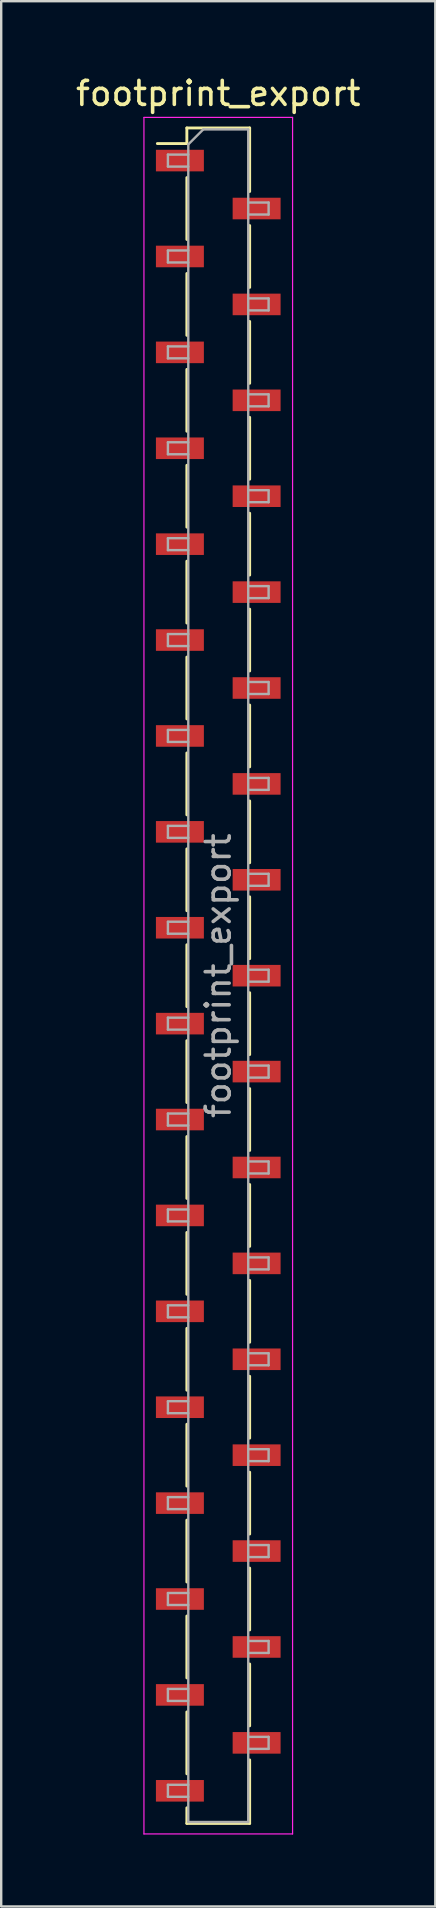
<source format=kicad_pcb>
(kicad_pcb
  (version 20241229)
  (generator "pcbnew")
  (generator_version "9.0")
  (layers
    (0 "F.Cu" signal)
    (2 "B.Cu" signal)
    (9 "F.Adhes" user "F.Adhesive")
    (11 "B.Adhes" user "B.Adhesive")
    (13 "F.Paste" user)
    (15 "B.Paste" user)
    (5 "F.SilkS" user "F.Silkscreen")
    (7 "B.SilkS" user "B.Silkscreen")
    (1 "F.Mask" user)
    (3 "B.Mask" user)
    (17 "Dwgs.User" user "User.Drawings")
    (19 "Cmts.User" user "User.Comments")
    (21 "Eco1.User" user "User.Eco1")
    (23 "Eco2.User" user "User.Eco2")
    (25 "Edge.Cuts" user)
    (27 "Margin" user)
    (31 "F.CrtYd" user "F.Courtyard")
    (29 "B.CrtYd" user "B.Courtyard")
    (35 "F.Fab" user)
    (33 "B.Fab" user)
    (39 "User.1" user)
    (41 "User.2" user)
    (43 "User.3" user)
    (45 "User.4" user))
  (footprint "footprint_export"
    (layer "F.Cu")
    (at 6.054 37.648)
    (property "Reference" "footprint_export" (at 0 -36.8 0) (layer "F.SilkS") (effects (font (size 1 1) (thickness 0.15))))
    (attr smd)
    (fp_line (start -2.54 -34.71) (end -1.31 -34.71) (stroke (width 0.12) (type solid)) (layer "F.SilkS"))
    (fp_line (start -1.31 -35.36) (end -1.31 -34.71) (stroke (width 0.12) (type solid)) (layer "F.SilkS"))
    (fp_line (start -1.31 -35.36) (end 1.31 -35.36) (stroke (width 0.12) (type solid)) (layer "F.SilkS"))
    (fp_line (start -1.31 -33.29) (end -1.31 -30.71) (stroke (width 0.12) (type solid)) (layer "F.SilkS"))
    (fp_line (start -1.31 -29.29) (end -1.31 -26.71) (stroke (width 0.12) (type solid)) (layer "F.SilkS"))
    (fp_line (start -1.31 -25.29) (end -1.31 -22.71) (stroke (width 0.12) (type solid)) (layer "F.SilkS"))
    (fp_line (start -1.31 -21.29) (end -1.31 -18.71) (stroke (width 0.12) (type solid)) (layer "F.SilkS"))
    (fp_line (start -1.31 -17.29) (end -1.31 -14.71) (stroke (width 0.12) (type solid)) (layer "F.SilkS"))
    (fp_line (start -1.31 -13.29) (end -1.31 -10.71) (stroke (width 0.12) (type solid)) (layer "F.SilkS"))
    (fp_line (start -1.31 -9.29) (end -1.31 -6.71) (stroke (width 0.12) (type solid)) (layer "F.SilkS"))
    (fp_line (start -1.31 -5.29) (end -1.31 -2.71) (stroke (width 0.12) (type solid)) (layer "F.SilkS"))
    (fp_line (start -1.31 -1.29) (end -1.31 1.29) (stroke (width 0.12) (type solid)) (layer "F.SilkS"))
    (fp_line (start -1.31 2.71) (end -1.31 5.29) (stroke (width 0.12) (type solid)) (layer "F.SilkS"))
    (fp_line (start -1.31 6.71) (end -1.31 9.29) (stroke (width 0.12) (type solid)) (layer "F.SilkS"))
    (fp_line (start -1.31 10.71) (end -1.31 13.29) (stroke (width 0.12) (type solid)) (layer "F.SilkS"))
    (fp_line (start -1.31 14.71) (end -1.31 17.29) (stroke (width 0.12) (type solid)) (layer "F.SilkS"))
    (fp_line (start -1.31 18.71) (end -1.31 21.29) (stroke (width 0.12) (type solid)) (layer "F.SilkS"))
    (fp_line (start -1.31 22.71) (end -1.31 25.29) (stroke (width 0.12) (type solid)) (layer "F.SilkS"))
    (fp_line (start -1.31 26.71) (end -1.31 29.29) (stroke (width 0.12) (type solid)) (layer "F.SilkS"))
    (fp_line (start -1.31 30.71) (end -1.31 33.29) (stroke (width 0.12) (type solid)) (layer "F.SilkS"))
    (fp_line (start -1.31 34.71) (end -1.31 35.36) (stroke (width 0.12) (type solid)) (layer "F.SilkS"))
    (fp_line (start -1.31 35.36) (end 1.31 35.36) (stroke (width 0.12) (type solid)) (layer "F.SilkS"))
    (fp_line (start 1.31 -35.36) (end 1.31 -32.71) (stroke (width 0.12) (type solid)) (layer "F.SilkS"))
    (fp_line (start 1.31 -31.29) (end 1.31 -28.71) (stroke (width 0.12) (type solid)) (layer "F.SilkS"))
    (fp_line (start 1.31 -27.29) (end 1.31 -24.71) (stroke (width 0.12) (type solid)) (layer "F.SilkS"))
    (fp_line (start 1.31 -23.29) (end 1.31 -20.71) (stroke (width 0.12) (type solid)) (layer "F.SilkS"))
    (fp_line (start 1.31 -19.29) (end 1.31 -16.71) (stroke (width 0.12) (type solid)) (layer "F.SilkS"))
    (fp_line (start 1.31 -15.29) (end 1.31 -12.71) (stroke (width 0.12) (type solid)) (layer "F.SilkS"))
    (fp_line (start 1.31 -11.29) (end 1.31 -8.71) (stroke (width 0.12) (type solid)) (layer "F.SilkS"))
    (fp_line (start 1.31 -7.29) (end 1.31 -4.71) (stroke (width 0.12) (type solid)) (layer "F.SilkS"))
    (fp_line (start 1.31 -3.29) (end 1.31 -0.71) (stroke (width 0.12) (type solid)) (layer "F.SilkS"))
    (fp_line (start 1.31 0.71) (end 1.31 3.29) (stroke (width 0.12) (type solid)) (layer "F.SilkS"))
    (fp_line (start 1.31 4.71) (end 1.31 7.29) (stroke (width 0.12) (type solid)) (layer "F.SilkS"))
    (fp_line (start 1.31 8.71) (end 1.31 11.29) (stroke (width 0.12) (type solid)) (layer "F.SilkS"))
    (fp_line (start 1.31 12.71) (end 1.31 15.29) (stroke (width 0.12) (type solid)) (layer "F.SilkS"))
    (fp_line (start 1.31 16.71) (end 1.31 19.29) (stroke (width 0.12) (type solid)) (layer "F.SilkS"))
    (fp_line (start 1.31 20.71) (end 1.31 23.29) (stroke (width 0.12) (type solid)) (layer "F.SilkS"))
    (fp_line (start 1.31 24.71) (end 1.31 27.29) (stroke (width 0.12) (type solid)) (layer "F.SilkS"))
    (fp_line (start 1.31 28.71) (end 1.31 31.29) (stroke (width 0.12) (type solid)) (layer "F.SilkS"))
    (fp_line (start 1.31 32.71) (end 1.31 35.36) (stroke (width 0.12) (type solid)) (layer "F.SilkS"))
    (fp_line (start -3.1 -35.8) (end 3.1 -35.8) (stroke (width 0.05) (type solid)) (layer "F.CrtYd"))
    (fp_line (start -3.1 35.8) (end -3.1 -35.8) (stroke (width 0.05) (type solid)) (layer "F.CrtYd"))
    (fp_line (start 3.1 -35.8) (end 3.1 35.8) (stroke (width 0.05) (type solid)) (layer "F.CrtYd"))
    (fp_line (start 3.1 35.8) (end -3.1 35.8) (stroke (width 0.05) (type solid)) (layer "F.CrtYd"))
    (fp_line (start -2.1 -34.25) (end -1.25 -34.25) (stroke (width 0.1) (type solid)) (layer "F.Fab"))
    (fp_line (start -2.1 -33.75) (end -2.1 -34.25) (stroke (width 0.1) (type solid)) (layer "F.Fab"))
    (fp_line (start -2.1 -30.25) (end -1.25 -30.25) (stroke (width 0.1) (type solid)) (layer "F.Fab"))
    (fp_line (start -2.1 -29.75) (end -2.1 -30.25) (stroke (width 0.1) (type solid)) (layer "F.Fab"))
    (fp_line (start -2.1 -26.25) (end -1.25 -26.25) (stroke (width 0.1) (type solid)) (layer "F.Fab"))
    (fp_line (start -2.1 -25.75) (end -2.1 -26.25) (stroke (width 0.1) (type solid)) (layer "F.Fab"))
    (fp_line (start -2.1 -22.25) (end -1.25 -22.25) (stroke (width 0.1) (type solid)) (layer "F.Fab"))
    (fp_line (start -2.1 -21.75) (end -2.1 -22.25) (stroke (width 0.1) (type solid)) (layer "F.Fab"))
    (fp_line (start -2.1 -18.25) (end -1.25 -18.25) (stroke (width 0.1) (type solid)) (layer "F.Fab"))
    (fp_line (start -2.1 -17.75) (end -2.1 -18.25) (stroke (width 0.1) (type solid)) (layer "F.Fab"))
    (fp_line (start -2.1 -14.25) (end -1.25 -14.25) (stroke (width 0.1) (type solid)) (layer "F.Fab"))
    (fp_line (start -2.1 -13.75) (end -2.1 -14.25) (stroke (width 0.1) (type solid)) (layer "F.Fab"))
    (fp_line (start -2.1 -10.25) (end -1.25 -10.25) (stroke (width 0.1) (type solid)) (layer "F.Fab"))
    (fp_line (start -2.1 -9.75) (end -2.1 -10.25) (stroke (width 0.1) (type solid)) (layer "F.Fab"))
    (fp_line (start -2.1 -6.25) (end -1.25 -6.25) (stroke (width 0.1) (type solid)) (layer "F.Fab"))
    (fp_line (start -2.1 -5.75) (end -2.1 -6.25) (stroke (width 0.1) (type solid)) (layer "F.Fab"))
    (fp_line (start -2.1 -2.25) (end -1.25 -2.25) (stroke (width 0.1) (type solid)) (layer "F.Fab"))
    (fp_line (start -2.1 -1.75) (end -2.1 -2.25) (stroke (width 0.1) (type solid)) (layer "F.Fab"))
    (fp_line (start -2.1 1.75) (end -1.25 1.75) (stroke (width 0.1) (type solid)) (layer "F.Fab"))
    (fp_line (start -2.1 2.25) (end -2.1 1.75) (stroke (width 0.1) (type solid)) (layer "F.Fab"))
    (fp_line (start -2.1 5.75) (end -1.25 5.75) (stroke (width 0.1) (type solid)) (layer "F.Fab"))
    (fp_line (start -2.1 6.25) (end -2.1 5.75) (stroke (width 0.1) (type solid)) (layer "F.Fab"))
    (fp_line (start -2.1 9.75) (end -1.25 9.75) (stroke (width 0.1) (type solid)) (layer "F.Fab"))
    (fp_line (start -2.1 10.25) (end -2.1 9.75) (stroke (width 0.1) (type solid)) (layer "F.Fab"))
    (fp_line (start -2.1 13.75) (end -1.25 13.75) (stroke (width 0.1) (type solid)) (layer "F.Fab"))
    (fp_line (start -2.1 14.25) (end -2.1 13.75) (stroke (width 0.1) (type solid)) (layer "F.Fab"))
    (fp_line (start -2.1 17.75) (end -1.25 17.75) (stroke (width 0.1) (type solid)) (layer "F.Fab"))
    (fp_line (start -2.1 18.25) (end -2.1 17.75) (stroke (width 0.1) (type solid)) (layer "F.Fab"))
    (fp_line (start -2.1 21.75) (end -1.25 21.75) (stroke (width 0.1) (type solid)) (layer "F.Fab"))
    (fp_line (start -2.1 22.25) (end -2.1 21.75) (stroke (width 0.1) (type solid)) (layer "F.Fab"))
    (fp_line (start -2.1 25.75) (end -1.25 25.75) (stroke (width 0.1) (type solid)) (layer "F.Fab"))
    (fp_line (start -2.1 26.25) (end -2.1 25.75) (stroke (width 0.1) (type solid)) (layer "F.Fab"))
    (fp_line (start -2.1 29.75) (end -1.25 29.75) (stroke (width 0.1) (type solid)) (layer "F.Fab"))
    (fp_line (start -2.1 30.25) (end -2.1 29.75) (stroke (width 0.1) (type solid)) (layer "F.Fab"))
    (fp_line (start -2.1 33.75) (end -1.25 33.75) (stroke (width 0.1) (type solid)) (layer "F.Fab"))
    (fp_line (start -2.1 34.25) (end -2.1 33.75) (stroke (width 0.1) (type solid)) (layer "F.Fab"))
    (fp_line (start -1.25 -34.675) (end -0.625 -35.3) (stroke (width 0.1) (type solid)) (layer "F.Fab"))
    (fp_line (start -1.25 -33.75) (end -2.1 -33.75) (stroke (width 0.1) (type solid)) (layer "F.Fab"))
    (fp_line (start -1.25 -29.75) (end -2.1 -29.75) (stroke (width 0.1) (type solid)) (layer "F.Fab"))
    (fp_line (start -1.25 -25.75) (end -2.1 -25.75) (stroke (width 0.1) (type solid)) (layer "F.Fab"))
    (fp_line (start -1.25 -21.75) (end -2.1 -21.75) (stroke (width 0.1) (type solid)) (layer "F.Fab"))
    (fp_line (start -1.25 -17.75) (end -2.1 -17.75) (stroke (width 0.1) (type solid)) (layer "F.Fab"))
    (fp_line (start -1.25 -13.75) (end -2.1 -13.75) (stroke (width 0.1) (type solid)) (layer "F.Fab"))
    (fp_line (start -1.25 -9.75) (end -2.1 -9.75) (stroke (width 0.1) (type solid)) (layer "F.Fab"))
    (fp_line (start -1.25 -5.75) (end -2.1 -5.75) (stroke (width 0.1) (type solid)) (layer "F.Fab"))
    (fp_line (start -1.25 -1.75) (end -2.1 -1.75) (stroke (width 0.1) (type solid)) (layer "F.Fab"))
    (fp_line (start -1.25 2.25) (end -2.1 2.25) (stroke (width 0.1) (type solid)) (layer "F.Fab"))
    (fp_line (start -1.25 6.25) (end -2.1 6.25) (stroke (width 0.1) (type solid)) (layer "F.Fab"))
    (fp_line (start -1.25 10.25) (end -2.1 10.25) (stroke (width 0.1) (type solid)) (layer "F.Fab"))
    (fp_line (start -1.25 14.25) (end -2.1 14.25) (stroke (width 0.1) (type solid)) (layer "F.Fab"))
    (fp_line (start -1.25 18.25) (end -2.1 18.25) (stroke (width 0.1) (type solid)) (layer "F.Fab"))
    (fp_line (start -1.25 22.25) (end -2.1 22.25) (stroke (width 0.1) (type solid)) (layer "F.Fab"))
    (fp_line (start -1.25 26.25) (end -2.1 26.25) (stroke (width 0.1) (type solid)) (layer "F.Fab"))
    (fp_line (start -1.25 30.25) (end -2.1 30.25) (stroke (width 0.1) (type solid)) (layer "F.Fab"))
    (fp_line (start -1.25 34.25) (end -2.1 34.25) (stroke (width 0.1) (type solid)) (layer "F.Fab"))
    (fp_line (start -1.25 35.3) (end -1.25 -34.675) (stroke (width 0.1) (type solid)) (layer "F.Fab"))
    (fp_line (start -0.625 -35.3) (end 1.25 -35.3) (stroke (width 0.1) (type solid)) (layer "F.Fab"))
    (fp_line (start 1.25 -35.3) (end 1.25 35.3) (stroke (width 0.1) (type solid)) (layer "F.Fab"))
    (fp_line (start 1.25 -32.25) (end 2.1 -32.25) (stroke (width 0.1) (type solid)) (layer "F.Fab"))
    (fp_line (start 1.25 -28.25) (end 2.1 -28.25) (stroke (width 0.1) (type solid)) (layer "F.Fab"))
    (fp_line (start 1.25 -24.25) (end 2.1 -24.25) (stroke (width 0.1) (type solid)) (layer "F.Fab"))
    (fp_line (start 1.25 -20.25) (end 2.1 -20.25) (stroke (width 0.1) (type solid)) (layer "F.Fab"))
    (fp_line (start 1.25 -16.25) (end 2.1 -16.25) (stroke (width 0.1) (type solid)) (layer "F.Fab"))
    (fp_line (start 1.25 -12.25) (end 2.1 -12.25) (stroke (width 0.1) (type solid)) (layer "F.Fab"))
    (fp_line (start 1.25 -8.25) (end 2.1 -8.25) (stroke (width 0.1) (type solid)) (layer "F.Fab"))
    (fp_line (start 1.25 -4.25) (end 2.1 -4.25) (stroke (width 0.1) (type solid)) (layer "F.Fab"))
    (fp_line (start 1.25 -0.25) (end 2.1 -0.25) (stroke (width 0.1) (type solid)) (layer "F.Fab"))
    (fp_line (start 1.25 3.75) (end 2.1 3.75) (stroke (width 0.1) (type solid)) (layer "F.Fab"))
    (fp_line (start 1.25 7.75) (end 2.1 7.75) (stroke (width 0.1) (type solid)) (layer "F.Fab"))
    (fp_line (start 1.25 11.75) (end 2.1 11.75) (stroke (width 0.1) (type solid)) (layer "F.Fab"))
    (fp_line (start 1.25 15.75) (end 2.1 15.75) (stroke (width 0.1) (type solid)) (layer "F.Fab"))
    (fp_line (start 1.25 19.75) (end 2.1 19.75) (stroke (width 0.1) (type solid)) (layer "F.Fab"))
    (fp_line (start 1.25 23.75) (end 2.1 23.75) (stroke (width 0.1) (type solid)) (layer "F.Fab"))
    (fp_line (start 1.25 27.75) (end 2.1 27.75) (stroke (width 0.1) (type solid)) (layer "F.Fab"))
    (fp_line (start 1.25 31.75) (end 2.1 31.75) (stroke (width 0.1) (type solid)) (layer "F.Fab"))
    (fp_line (start 1.25 35.3) (end -1.25 35.3) (stroke (width 0.1) (type solid)) (layer "F.Fab"))
    (fp_line (start 2.1 -32.25) (end 2.1 -31.75) (stroke (width 0.1) (type solid)) (layer "F.Fab"))
    (fp_line (start 2.1 -31.75) (end 1.25 -31.75) (stroke (width 0.1) (type solid)) (layer "F.Fab"))
    (fp_line (start 2.1 -28.25) (end 2.1 -27.75) (stroke (width 0.1) (type solid)) (layer "F.Fab"))
    (fp_line (start 2.1 -27.75) (end 1.25 -27.75) (stroke (width 0.1) (type solid)) (layer "F.Fab"))
    (fp_line (start 2.1 -24.25) (end 2.1 -23.75) (stroke (width 0.1) (type solid)) (layer "F.Fab"))
    (fp_line (start 2.1 -23.75) (end 1.25 -23.75) (stroke (width 0.1) (type solid)) (layer "F.Fab"))
    (fp_line (start 2.1 -20.25) (end 2.1 -19.75) (stroke (width 0.1) (type solid)) (layer "F.Fab"))
    (fp_line (start 2.1 -19.75) (end 1.25 -19.75) (stroke (width 0.1) (type solid)) (layer "F.Fab"))
    (fp_line (start 2.1 -16.25) (end 2.1 -15.75) (stroke (width 0.1) (type solid)) (layer "F.Fab"))
    (fp_line (start 2.1 -15.75) (end 1.25 -15.75) (stroke (width 0.1) (type solid)) (layer "F.Fab"))
    (fp_line (start 2.1 -12.25) (end 2.1 -11.75) (stroke (width 0.1) (type solid)) (layer "F.Fab"))
    (fp_line (start 2.1 -11.75) (end 1.25 -11.75) (stroke (width 0.1) (type solid)) (layer "F.Fab"))
    (fp_line (start 2.1 -8.25) (end 2.1 -7.75) (stroke (width 0.1) (type solid)) (layer "F.Fab"))
    (fp_line (start 2.1 -7.75) (end 1.25 -7.75) (stroke (width 0.1) (type solid)) (layer "F.Fab"))
    (fp_line (start 2.1 -4.25) (end 2.1 -3.75) (stroke (width 0.1) (type solid)) (layer "F.Fab"))
    (fp_line (start 2.1 -3.75) (end 1.25 -3.75) (stroke (width 0.1) (type solid)) (layer "F.Fab"))
    (fp_line (start 2.1 -0.25) (end 2.1 0.25) (stroke (width 0.1) (type solid)) (layer "F.Fab"))
    (fp_line (start 2.1 0.25) (end 1.25 0.25) (stroke (width 0.1) (type solid)) (layer "F.Fab"))
    (fp_line (start 2.1 3.75) (end 2.1 4.25) (stroke (width 0.1) (type solid)) (layer "F.Fab"))
    (fp_line (start 2.1 4.25) (end 1.25 4.25) (stroke (width 0.1) (type solid)) (layer "F.Fab"))
    (fp_line (start 2.1 7.75) (end 2.1 8.25) (stroke (width 0.1) (type solid)) (layer "F.Fab"))
    (fp_line (start 2.1 8.25) (end 1.25 8.25) (stroke (width 0.1) (type solid)) (layer "F.Fab"))
    (fp_line (start 2.1 11.75) (end 2.1 12.25) (stroke (width 0.1) (type solid)) (layer "F.Fab"))
    (fp_line (start 2.1 12.25) (end 1.25 12.25) (stroke (width 0.1) (type solid)) (layer "F.Fab"))
    (fp_line (start 2.1 15.75) (end 2.1 16.25) (stroke (width 0.1) (type solid)) (layer "F.Fab"))
    (fp_line (start 2.1 16.25) (end 1.25 16.25) (stroke (width 0.1) (type solid)) (layer "F.Fab"))
    (fp_line (start 2.1 19.75) (end 2.1 20.25) (stroke (width 0.1) (type solid)) (layer "F.Fab"))
    (fp_line (start 2.1 20.25) (end 1.25 20.25) (stroke (width 0.1) (type solid)) (layer "F.Fab"))
    (fp_line (start 2.1 23.75) (end 2.1 24.25) (stroke (width 0.1) (type solid)) (layer "F.Fab"))
    (fp_line (start 2.1 24.25) (end 1.25 24.25) (stroke (width 0.1) (type solid)) (layer "F.Fab"))
    (fp_line (start 2.1 27.75) (end 2.1 28.25) (stroke (width 0.1) (type solid)) (layer "F.Fab"))
    (fp_line (start 2.1 28.25) (end 1.25 28.25) (stroke (width 0.1) (type solid)) (layer "F.Fab"))
    (fp_line (start 2.1 31.75) (end 2.1 32.25) (stroke (width 0.1) (type solid)) (layer "F.Fab"))
    (fp_line (start 2.1 32.25) (end 1.25 32.25) (stroke (width 0.1) (type solid)) (layer "F.Fab"))
    (fp_text user "${REFERENCE}" (at 0 0 90) (layer "F.Fab") (effects (font (size 1 1) (thickness 0.15))))
    (pad "1" smd rect (at -1.6 -34) (size 2 0.9) (layers "F.Cu" "F.Mask" "F.Paste"))
    (pad "2" smd rect (at 1.6 -32) (size 2 0.9) (layers "F.Cu" "F.Mask" "F.Paste"))
    (pad "3" smd rect (at -1.6 -30) (size 2 0.9) (layers "F.Cu" "F.Mask" "F.Paste"))
    (pad "4" smd rect (at 1.6 -28) (size 2 0.9) (layers "F.Cu" "F.Mask" "F.Paste"))
    (pad "5" smd rect (at -1.6 -26) (size 2 0.9) (layers "F.Cu" "F.Mask" "F.Paste"))
    (pad "6" smd rect (at 1.6 -24) (size 2 0.9) (layers "F.Cu" "F.Mask" "F.Paste"))
    (pad "7" smd rect (at -1.6 -22) (size 2 0.9) (layers "F.Cu" "F.Mask" "F.Paste"))
    (pad "8" smd rect (at 1.6 -20) (size 2 0.9) (layers "F.Cu" "F.Mask" "F.Paste"))
    (pad "9" smd rect (at -1.6 -18) (size 2 0.9) (layers "F.Cu" "F.Mask" "F.Paste"))
    (pad "10" smd rect (at 1.6 -16) (size 2 0.9) (layers "F.Cu" "F.Mask" "F.Paste"))
    (pad "11" smd rect (at -1.6 -14) (size 2 0.9) (layers "F.Cu" "F.Mask" "F.Paste"))
    (pad "12" smd rect (at 1.6 -12) (size 2 0.9) (layers "F.Cu" "F.Mask" "F.Paste"))
    (pad "13" smd rect (at -1.6 -10) (size 2 0.9) (layers "F.Cu" "F.Mask" "F.Paste"))
    (pad "14" smd rect (at 1.6 -8) (size 2 0.9) (layers "F.Cu" "F.Mask" "F.Paste"))
    (pad "15" smd rect (at -1.6 -6) (size 2 0.9) (layers "F.Cu" "F.Mask" "F.Paste"))
    (pad "16" smd rect (at 1.6 -4) (size 2 0.9) (layers "F.Cu" "F.Mask" "F.Paste"))
    (pad "17" smd rect (at -1.6 -2) (size 2 0.9) (layers "F.Cu" "F.Mask" "F.Paste"))
    (pad "18" smd rect (at 1.6 0) (size 2 0.9) (layers "F.Cu" "F.Mask" "F.Paste"))
    (pad "19" smd rect (at -1.6 2) (size 2 0.9) (layers "F.Cu" "F.Mask" "F.Paste"))
    (pad "20" smd rect (at 1.6 4) (size 2 0.9) (layers "F.Cu" "F.Mask" "F.Paste"))
    (pad "21" smd rect (at -1.6 6) (size 2 0.9) (layers "F.Cu" "F.Mask" "F.Paste"))
    (pad "22" smd rect (at 1.6 8) (size 2 0.9) (layers "F.Cu" "F.Mask" "F.Paste"))
    (pad "23" smd rect (at -1.6 10) (size 2 0.9) (layers "F.Cu" "F.Mask" "F.Paste"))
    (pad "24" smd rect (at 1.6 12) (size 2 0.9) (layers "F.Cu" "F.Mask" "F.Paste"))
    (pad "25" smd rect (at -1.6 14) (size 2 0.9) (layers "F.Cu" "F.Mask" "F.Paste"))
    (pad "26" smd rect (at 1.6 16) (size 2 0.9) (layers "F.Cu" "F.Mask" "F.Paste"))
    (pad "27" smd rect (at -1.6 18) (size 2 0.9) (layers "F.Cu" "F.Mask" "F.Paste"))
    (pad "28" smd rect (at 1.6 20) (size 2 0.9) (layers "F.Cu" "F.Mask" "F.Paste"))
    (pad "29" smd rect (at -1.6 22) (size 2 0.9) (layers "F.Cu" "F.Mask" "F.Paste"))
    (pad "30" smd rect (at 1.6 24) (size 2 0.9) (layers "F.Cu" "F.Mask" "F.Paste"))
    (pad "31" smd rect (at -1.6 26) (size 2 0.9) (layers "F.Cu" "F.Mask" "F.Paste"))
    (pad "32" smd rect (at 1.6 28) (size 2 0.9) (layers "F.Cu" "F.Mask" "F.Paste"))
    (pad "33" smd rect (at -1.6 30) (size 2 0.9) (layers "F.Cu" "F.Mask" "F.Paste"))
    (pad "34" smd rect (at 1.6 32) (size 2 0.9) (layers "F.Cu" "F.Mask" "F.Paste"))
    (pad "35" smd rect (at -1.6 34) (size 2 0.9) (layers "F.Cu" "F.Mask" "F.Paste")))
  (gr_rect
    (start -3 -3)
    (end 15.107 76.473)
    (stroke (width 0.1) (type default))
    (fill no)
    (layer "Edge.Cuts")))
</source>
